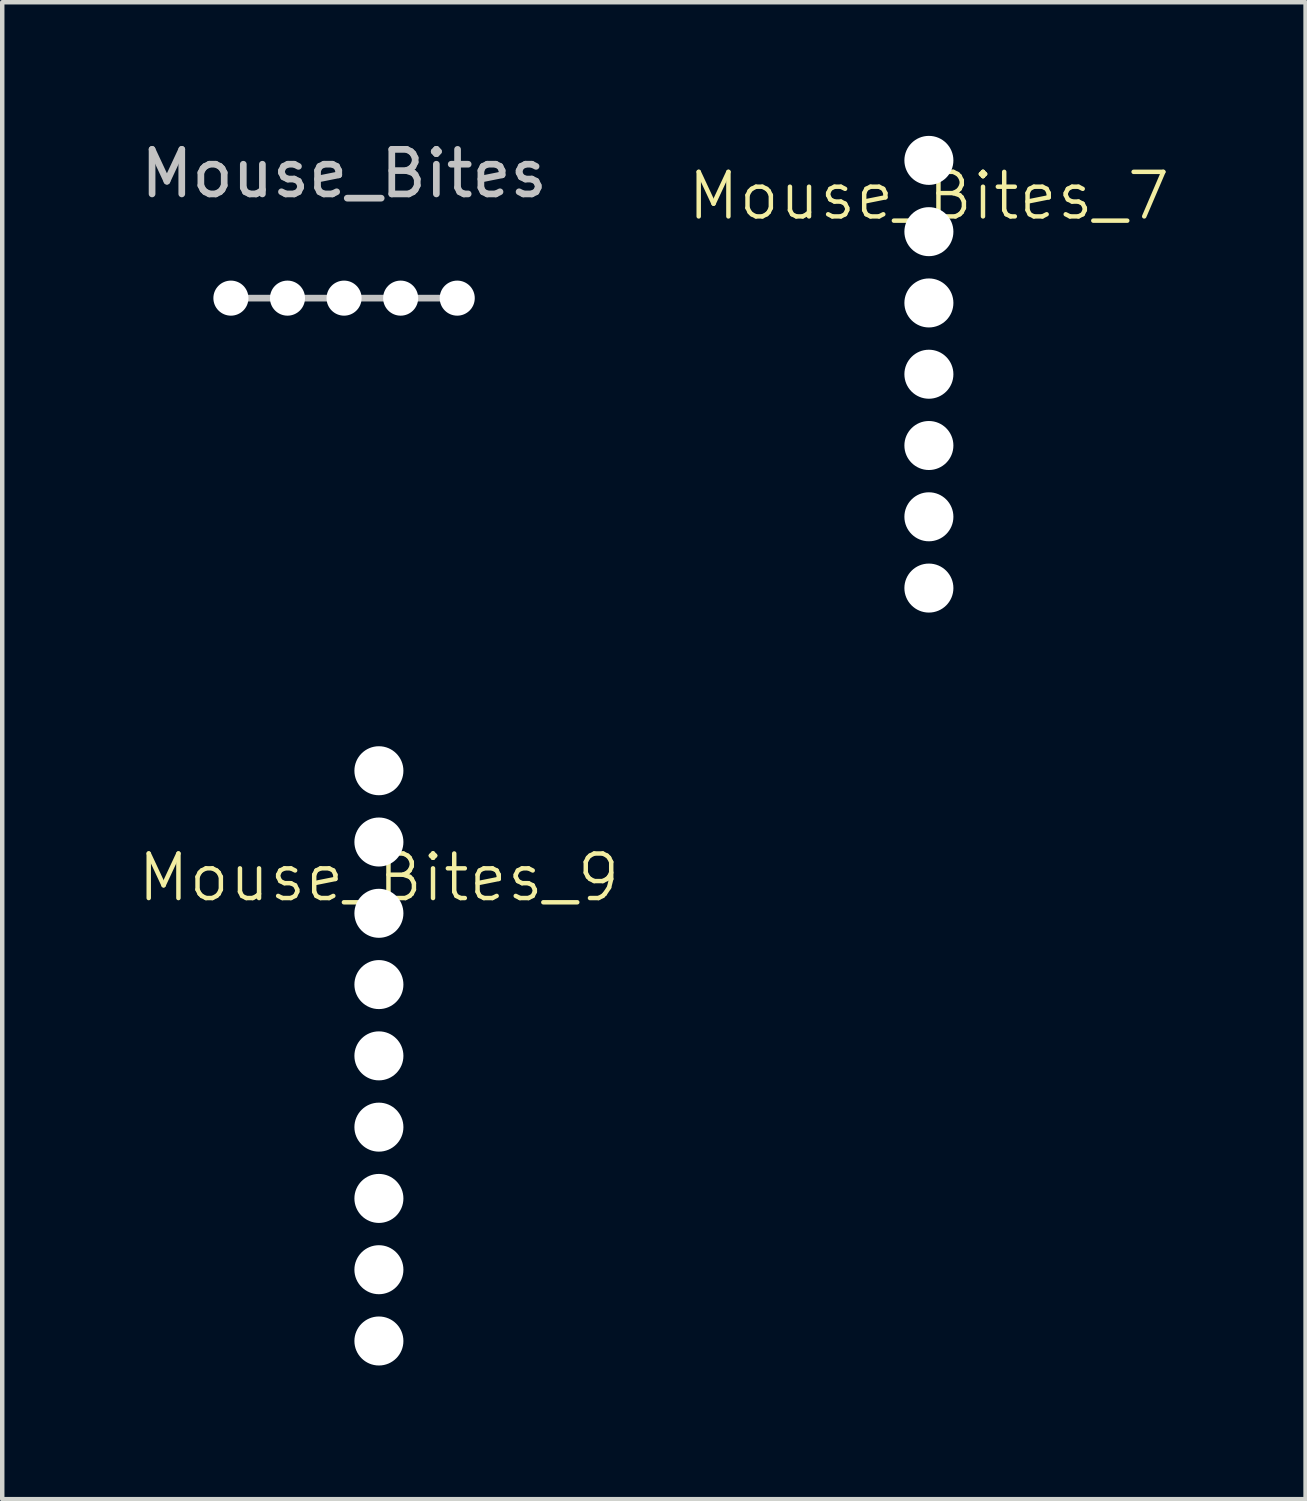
<source format=kicad_pcb>
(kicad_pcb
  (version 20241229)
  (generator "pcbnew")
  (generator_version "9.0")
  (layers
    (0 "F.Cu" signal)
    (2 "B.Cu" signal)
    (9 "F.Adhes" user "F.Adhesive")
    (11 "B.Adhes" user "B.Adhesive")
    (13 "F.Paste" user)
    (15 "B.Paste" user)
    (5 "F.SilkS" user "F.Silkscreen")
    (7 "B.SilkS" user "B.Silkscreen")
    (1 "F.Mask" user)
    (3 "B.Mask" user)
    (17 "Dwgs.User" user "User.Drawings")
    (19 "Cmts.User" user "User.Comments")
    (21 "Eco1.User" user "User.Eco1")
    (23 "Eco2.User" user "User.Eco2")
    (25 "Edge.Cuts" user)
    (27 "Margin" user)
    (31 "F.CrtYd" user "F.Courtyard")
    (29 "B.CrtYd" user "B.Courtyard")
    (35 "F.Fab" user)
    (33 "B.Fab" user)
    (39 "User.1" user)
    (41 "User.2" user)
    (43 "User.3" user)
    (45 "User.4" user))
  (footprint "Mouse_Bites_9"
    (layer "F.Cu")
    (at 5.455 20.65)
    (property "Reference" "Mouse_Bites_9" (at 0 -4 0) (unlocked yes) (layer "F.SilkS") (effects (font (size 1 1) (thickness 0.1))))
    (attr through_hole)
    (pad "" np_thru_hole circle (at 0 -6.4) (size 1.1 1.1) (drill 1.1) (layers "*.Cu" "*.Mask"))
    (pad "" np_thru_hole circle (at 0 -4.8) (size 1.1 1.1) (drill 1.1) (layers "*.Cu" "*.Mask"))
    (pad "" np_thru_hole circle (at 0 -3.2) (size 1.1 1.1) (drill 1.1) (layers "*.Cu" "*.Mask"))
    (pad "" np_thru_hole circle (at 0 -1.6) (size 1.1 1.1) (drill 1.1) (layers "*.Cu" "*.Mask"))
    (pad "" np_thru_hole circle (at 0 0) (size 1.1 1.1) (drill 1.1) (layers "*.Cu" "*.Mask"))
    (pad "" np_thru_hole circle (at 0 1.6) (size 1.1 1.1) (drill 1.1) (layers "*.Cu" "*.Mask"))
    (pad "" np_thru_hole circle (at 0 3.2) (size 1.1 1.1) (drill 1.1) (layers "*.Cu" "*.Mask"))
    (pad "" np_thru_hole circle (at 0 4.8) (size 1.1 1.1) (drill 1.1) (layers "*.Cu" "*.Mask"))
    (pad "" np_thru_hole circle (at 0 6.4) (size 1.1 1.1) (drill 1.1) (layers "*.Cu" "*.Mask")))
  (footprint "Mouse_Bites"
    (layer "F.Cu")
    (at 4.673 3.896)
    (property "Reference" "Mouse_Bites" (at 0 -3.048 0) (layer "Dwgs.User") (effects (font (size 1 1) (thickness 0.15))))
    (attr through_hole)
    (fp_line (start -2.794 -0.254) (end 2.794 -0.254) (stroke (width 0.15) (type solid)) (layer "Dwgs.User"))
    (pad "" np_thru_hole circle (at -2.54 -0.254) (size 0.787 0.787) (drill 0.787) (layers "*.Cu" "*.Mask"))
    (pad "" np_thru_hole circle (at -1.27 -0.254) (size 0.787 0.787) (drill 0.787) (layers "*.Cu" "*.Mask"))
    (pad "" np_thru_hole circle (at 0 -0.254) (size 0.787 0.787) (drill 0.787) (layers "*.Cu" "*.Mask"))
    (pad "" np_thru_hole circle (at 1.27 -0.254) (size 0.787 0.787) (drill 0.787) (layers "*.Cu" "*.Mask"))
    (pad "" np_thru_hole circle (at 2.54 -0.254) (size 0.787 0.787) (drill 0.787) (layers "*.Cu" "*.Mask")))
  (footprint "Mouse_Bites_7"
    (layer "F.Cu")
    (at 17.8 5.35)
    (property "Reference" "Mouse_Bites_7" (at 0 -4 0) (unlocked yes) (layer "F.SilkS") (effects (font (size 1 1) (thickness 0.1))))
    (attr through_hole)
    (pad "" np_thru_hole circle (at 0 -4.8) (size 1.1 1.1) (drill 1.1) (layers "*.Cu" "*.Mask"))
    (pad "" np_thru_hole circle (at 0 -3.2) (size 1.1 1.1) (drill 1.1) (layers "*.Cu" "*.Mask"))
    (pad "" np_thru_hole circle (at 0 -1.6) (size 1.1 1.1) (drill 1.1) (layers "*.Cu" "*.Mask"))
    (pad "" np_thru_hole circle (at 0 0) (size 1.1 1.1) (drill 1.1) (layers "*.Cu" "*.Mask"))
    (pad "" np_thru_hole circle (at 0 1.6) (size 1.1 1.1) (drill 1.1) (layers "*.Cu" "*.Mask"))
    (pad "" np_thru_hole circle (at 0 3.2) (size 1.1 1.1) (drill 1.1) (layers "*.Cu" "*.Mask"))
    (pad "" np_thru_hole circle (at 0 4.8) (size 1.1 1.1) (drill 1.1) (layers "*.Cu" "*.Mask")))
  (gr_rect
    (start -3 -3)
    (end 26.255 30.6)
    (stroke (width 0.1) (type default))
    (fill no)
    (layer "Edge.Cuts")))
</source>
